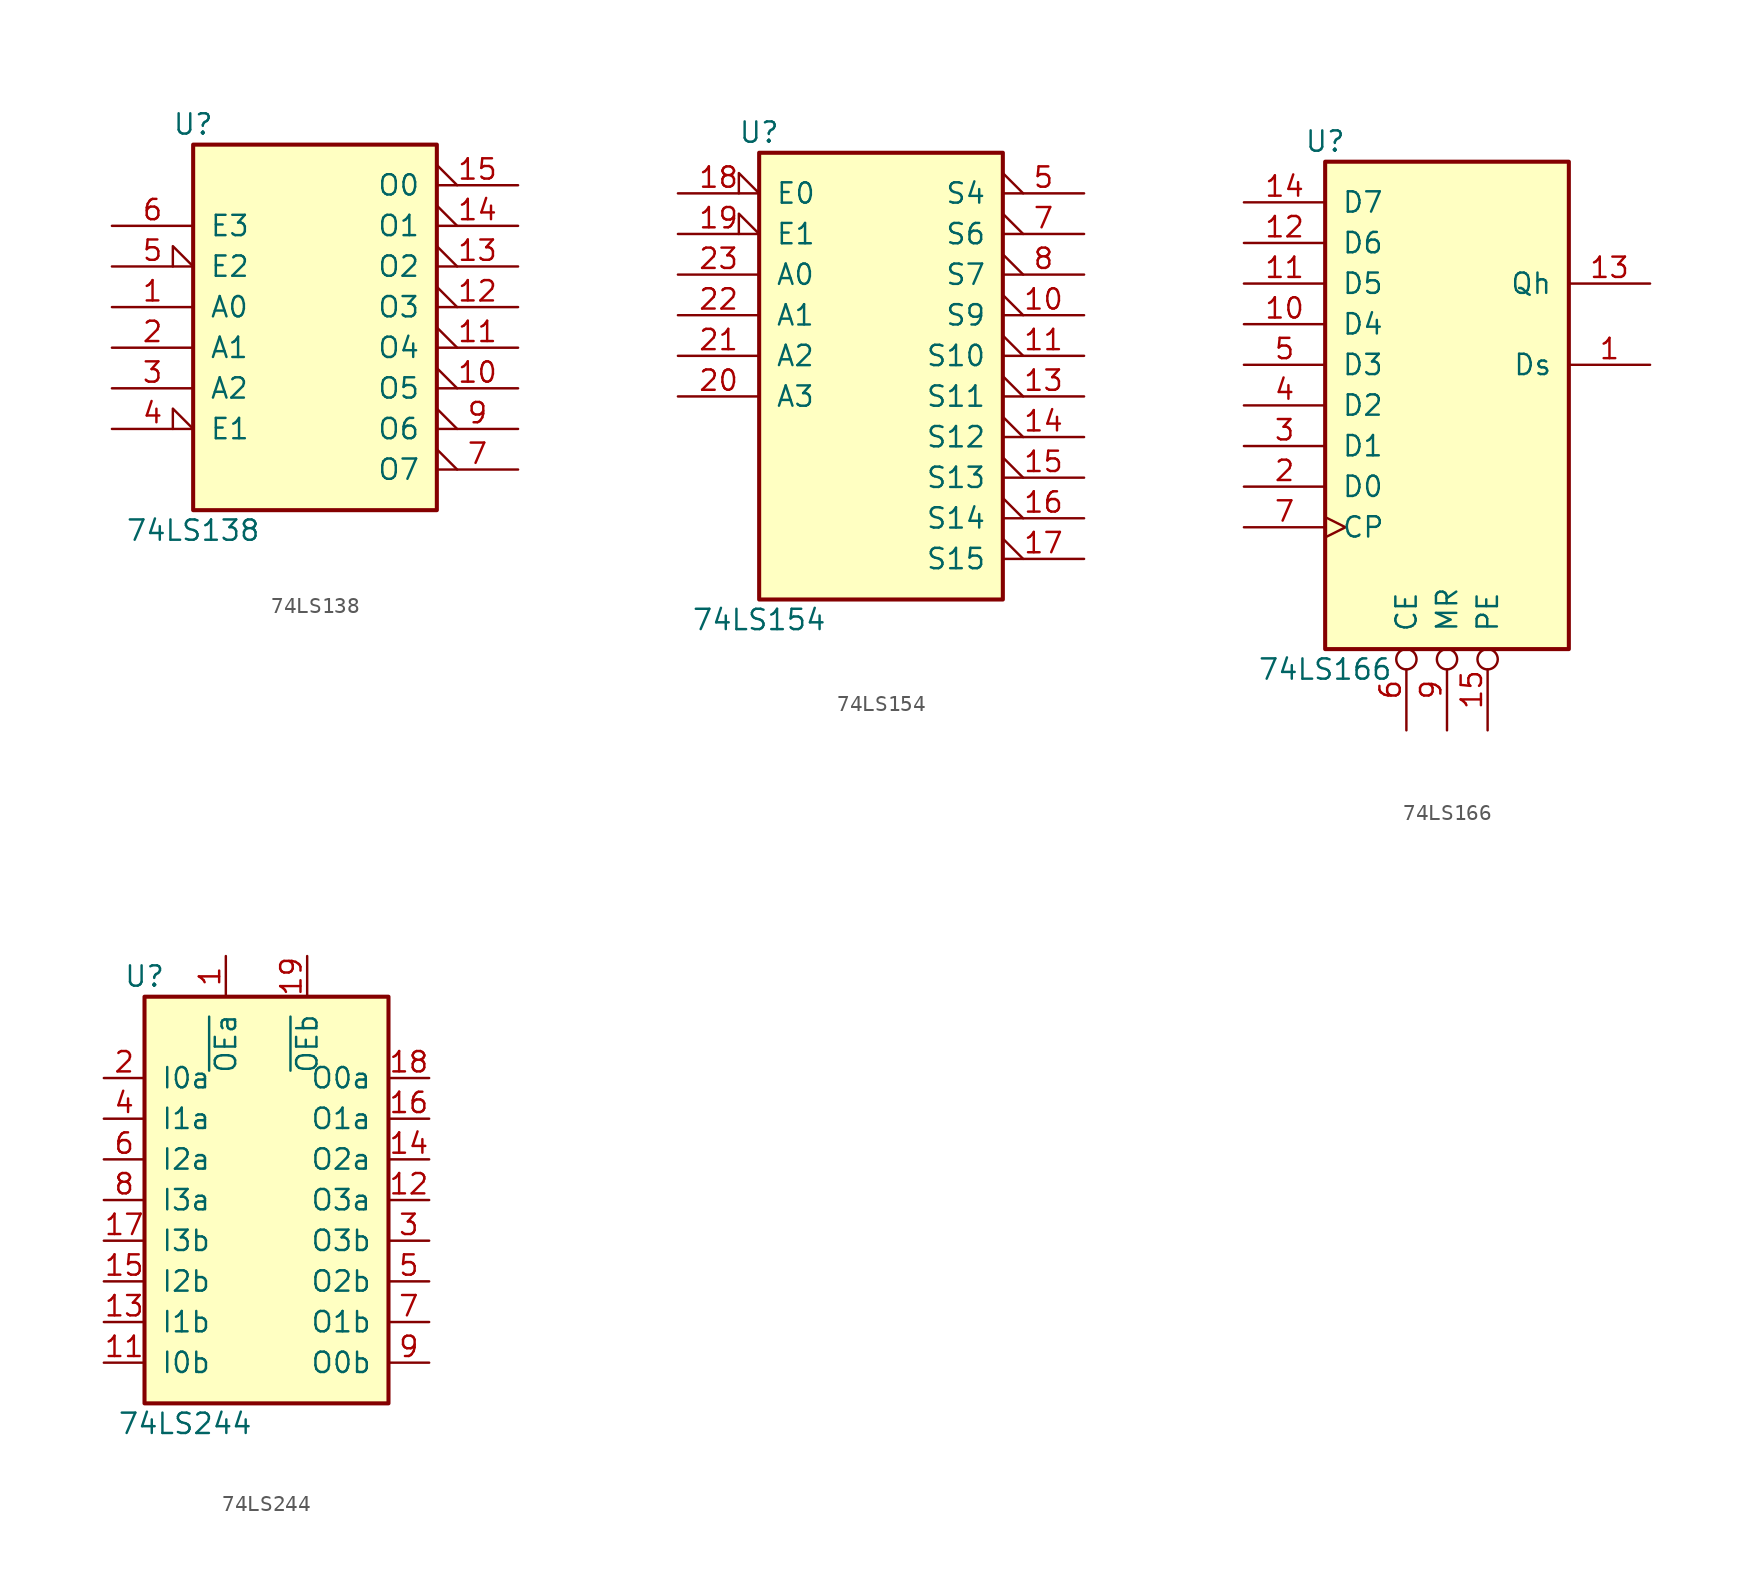
<source format=kicad_sym>
(kicad_symbol_lib
  (version 20220914)
  (generator kicad_symbol_editor)
  (symbol "74LS138"
    (pin_names
      (offset 1.016))
    (property "Reference" "U"
      (at -7.62 11.43 0)
      (effects (font (size 1.27 1.27))))
    (property "Value" "74LS138"
      (at -7.62 -13.97 0)
      (effects (font (size 1.27 1.27))))
    (property "ki_locked" ""
      (at 0 0 0)
      (effects (font (size 1.27 1.27))))
    (symbol "74LS138_1_0"
      (pin input line (at -12.7 0 0) (length 5.08) (name "A0" (effects (font (size 1.27 1.27)))) (number "1" (effects (font (size 1.27 1.27)))))
      (pin output output_low (at 12.7 -5.08 180) (length 5.08) (name "O5" (effects (font (size 1.27 1.27)))) (number "10" (effects (font (size 1.27 1.27)))))
      (pin output output_low (at 12.7 -2.54 180) (length 5.08) (name "O4" (effects (font (size 1.27 1.27)))) (number "11" (effects (font (size 1.27 1.27)))))
      (pin output output_low (at 12.7 0 180) (length 5.08) (name "O3" (effects (font (size 1.27 1.27)))) (number "12" (effects (font (size 1.27 1.27)))))
      (pin output output_low (at 12.7 2.54 180) (length 5.08) (name "O2" (effects (font (size 1.27 1.27)))) (number "13" (effects (font (size 1.27 1.27)))))
      (pin output output_low (at 12.7 5.08 180) (length 5.08) (name "O1" (effects (font (size 1.27 1.27)))) (number "14" (effects (font (size 1.27 1.27)))))
      (pin output output_low (at 12.7 7.62 180) (length 5.08) (name "O0" (effects (font (size 1.27 1.27)))) (number "15" (effects (font (size 1.27 1.27)))))
      (pin input line (at -12.7 -2.54 0) (length 5.08) (name "A1" (effects (font (size 1.27 1.27)))) (number "2" (effects (font (size 1.27 1.27)))))
      (pin input line (at -12.7 -5.08 0) (length 5.08) (name "A2" (effects (font (size 1.27 1.27)))) (number "3" (effects (font (size 1.27 1.27)))))
      (pin input input_low (at -12.7 -7.62 0) (length 5.08) (name "E1" (effects (font (size 1.27 1.27)))) (number "4" (effects (font (size 1.27 1.27)))))
      (pin input input_low (at -12.7 2.54 0) (length 5.08) (name "E2" (effects (font (size 1.27 1.27)))) (number "5" (effects (font (size 1.27 1.27)))))
      (pin input line (at -12.7 5.08 0) (length 5.08) (name "E3" (effects (font (size 1.27 1.27)))) (number "6" (effects (font (size 1.27 1.27)))))
      (pin output output_low (at 12.7 -10.16 180) (length 5.08) (name "O7" (effects (font (size 1.27 1.27)))) (number "7" (effects (font (size 1.27 1.27)))))
      (pin output output_low (at 12.7 -7.62 180) (length 5.08) (name "O6" (effects (font (size 1.27 1.27)))) (number "9" (effects (font (size 1.27 1.27))))))
    (symbol "74LS138_1_1"
      (rectangle (start -7.62 10.16) (end 7.62 -12.7) (stroke (width 0.254) (type solid)) (fill (type background)))))
  (symbol "74LS154"
    (pin_names
      (offset 1.016))
    (property "Reference" "U"
      (at -7.62 13.97 0)
      (effects (font (size 1.27 1.27))))
    (property "Value" "74LS154"
      (at -7.62 -16.51 0)
      (effects (font (size 1.27 1.27))))
    (property "ki_locked" ""
      (at 0 0 0)
      (effects (font (size 1.27 1.27))))
    (symbol "74LS154_1_0"
      (pin output output_low (at 12.7 2.54 180) (length 5.08) (name "S9" (effects (font (size 1.27 1.27)))) (number "10" (effects (font (size 1.27 1.27)))))
      (pin output output_low (at 12.7 0 180) (length 5.08) (name "S10" (effects (font (size 1.27 1.27)))) (number "11" (effects (font (size 1.27 1.27)))))
      (pin output output_low (at 12.7 -2.54 180) (length 5.08) (name "S11" (effects (font (size 1.27 1.27)))) (number "13" (effects (font (size 1.27 1.27)))))
      (pin output output_low (at 12.7 -5.08 180) (length 5.08) (name "S12" (effects (font (size 1.27 1.27)))) (number "14" (effects (font (size 1.27 1.27)))))
      (pin output output_low (at 12.7 -7.62 180) (length 5.08) (name "S13" (effects (font (size 1.27 1.27)))) (number "15" (effects (font (size 1.27 1.27)))))
      (pin output output_low (at 12.7 -10.16 180) (length 5.08) (name "S14" (effects (font (size 1.27 1.27)))) (number "16" (effects (font (size 1.27 1.27)))))
      (pin output output_low (at 12.7 -12.7 180) (length 5.08) (name "S15" (effects (font (size 1.27 1.27)))) (number "17" (effects (font (size 1.27 1.27)))))
      (pin input input_low (at -12.7 10.16 0) (length 5.08) (name "E0" (effects (font (size 1.27 1.27)))) (number "18" (effects (font (size 1.27 1.27)))))
      (pin input input_low (at -12.7 7.62 0) (length 5.08) (name "E1" (effects (font (size 1.27 1.27)))) (number "19" (effects (font (size 1.27 1.27)))))
      (pin input line (at -12.7 -2.54 0) (length 5.08) (name "A3" (effects (font (size 1.27 1.27)))) (number "20" (effects (font (size 1.27 1.27)))))
      (pin input line (at -12.7 0 0) (length 5.08) (name "A2" (effects (font (size 1.27 1.27)))) (number "21" (effects (font (size 1.27 1.27)))))
      (pin input line (at -12.7 2.54 0) (length 5.08) (name "A1" (effects (font (size 1.27 1.27)))) (number "22" (effects (font (size 1.27 1.27)))))
      (pin input line (at -12.7 5.08 0) (length 5.08) (name "A0" (effects (font (size 1.27 1.27)))) (number "23" (effects (font (size 1.27 1.27)))))
      (pin output output_low (at 12.7 10.16 180) (length 5.08) (name "S4" (effects (font (size 1.27 1.27)))) (number "5" (effects (font (size 1.27 1.27)))))
      (pin output output_low (at 12.7 7.62 180) (length 5.08) (name "S6" (effects (font (size 1.27 1.27)))) (number "7" (effects (font (size 1.27 1.27)))))
      (pin output output_low (at 12.7 5.08 180) (length 5.08) (name "S7" (effects (font (size 1.27 1.27)))) (number "8" (effects (font (size 1.27 1.27))))))
    (symbol "74LS154_1_1"
      (rectangle (start -7.62 12.7) (end 7.62 -15.24) (stroke (width 0.254) (type solid)) (fill (type background)))))
  (symbol "74LS166"
    (pin_names
      (offset 1.016))
    (property "Reference" "U"
      (at -7.62 16.51 0)
      (effects (font (size 1.27 1.27))))
    (property "Value" "74LS166"
      (at -7.62 -16.51 0)
      (effects (font (size 1.27 1.27))))
    (property "ki_locked" ""
      (at 0 0 0)
      (effects (font (size 1.27 1.27))))
    (symbol "74LS166_1_0"
      (pin input line (at 12.7 2.54 180) (length 5.08) (name "Ds" (effects (font (size 1.27 1.27)))) (number "1" (effects (font (size 1.27 1.27)))))
      (pin input line (at -12.7 5.08 0) (length 5.08) (name "D4" (effects (font (size 1.27 1.27)))) (number "10" (effects (font (size 1.27 1.27)))))
      (pin input line (at -12.7 7.62 0) (length 5.08) (name "D5" (effects (font (size 1.27 1.27)))) (number "11" (effects (font (size 1.27 1.27)))))
      (pin input line (at -12.7 10.16 0) (length 5.08) (name "D6" (effects (font (size 1.27 1.27)))) (number "12" (effects (font (size 1.27 1.27)))))
      (pin output line (at 12.7 7.62 180) (length 5.08) (name "Qh" (effects (font (size 1.27 1.27)))) (number "13" (effects (font (size 1.27 1.27)))))
      (pin input line (at -12.7 12.7 0) (length 5.08) (name "D7" (effects (font (size 1.27 1.27)))) (number "14" (effects (font (size 1.27 1.27)))))
      (pin input inverted (at 2.54 -20.32 90) (length 5.08) (name "PE" (effects (font (size 1.27 1.27)))) (number "15" (effects (font (size 1.27 1.27)))))
      (pin input line (at -12.7 -5.08 0) (length 5.08) (name "D0" (effects (font (size 1.27 1.27)))) (number "2" (effects (font (size 1.27 1.27)))))
      (pin input line (at -12.7 -2.54 0) (length 5.08) (name "D1" (effects (font (size 1.27 1.27)))) (number "3" (effects (font (size 1.27 1.27)))))
      (pin input line (at -12.7 0 0) (length 5.08) (name "D2" (effects (font (size 1.27 1.27)))) (number "4" (effects (font (size 1.27 1.27)))))
      (pin input line (at -12.7 2.54 0) (length 5.08) (name "D3" (effects (font (size 1.27 1.27)))) (number "5" (effects (font (size 1.27 1.27)))))
      (pin input inverted (at -2.54 -20.32 90) (length 5.08) (name "CE" (effects (font (size 1.27 1.27)))) (number "6" (effects (font (size 1.27 1.27)))))
      (pin input clock (at -12.7 -7.62 0) (length 5.08) (name "CP" (effects (font (size 1.27 1.27)))) (number "7" (effects (font (size 1.27 1.27)))))
      (pin input inverted (at 0 -20.32 90) (length 5.08) (name "MR" (effects (font (size 1.27 1.27)))) (number "9" (effects (font (size 1.27 1.27))))))
    (symbol "74LS166_1_1"
      (rectangle (start -7.62 15.24) (end 7.62 -15.24) (stroke (width 0.254) (type solid)) (fill (type background)))))
  (symbol "74LS244"
    (pin_names
      (offset 1.016))
    (property "Reference" "U"
      (at -7.62 13.97 0)
      (effects (font (size 1.27 1.27))))
    (property "Value" "74LS244"
      (at -5.08 -13.97 0)
      (effects (font (size 1.27 1.27))))
    (symbol "74LS244_1_0"
      (pin input line (at -2.54 15.24 270) (length 2.54) (name "~{OEa}" (effects (font (size 1.27 1.27)))) (number "1" (effects (font (size 1.27 1.27)))))
      (pin input line (at -10.16 -10.16 0) (length 2.54) (name "I0b" (effects (font (size 1.27 1.27)))) (number "11" (effects (font (size 1.27 1.27)))))
      (pin tri_state line (at 10.16 0 180) (length 2.54) (name "O3a" (effects (font (size 1.27 1.27)))) (number "12" (effects (font (size 1.27 1.27)))))
      (pin input line (at -10.16 -7.62 0) (length 2.54) (name "I1b" (effects (font (size 1.27 1.27)))) (number "13" (effects (font (size 1.27 1.27)))))
      (pin tri_state line (at 10.16 2.54 180) (length 2.54) (name "O2a" (effects (font (size 1.27 1.27)))) (number "14" (effects (font (size 1.27 1.27)))))
      (pin input line (at -10.16 -5.08 0) (length 2.54) (name "I2b" (effects (font (size 1.27 1.27)))) (number "15" (effects (font (size 1.27 1.27)))))
      (pin tri_state line (at 10.16 5.08 180) (length 2.54) (name "O1a" (effects (font (size 1.27 1.27)))) (number "16" (effects (font (size 1.27 1.27)))))
      (pin input line (at -10.16 -2.54 0) (length 2.54) (name "I3b" (effects (font (size 1.27 1.27)))) (number "17" (effects (font (size 1.27 1.27)))))
      (pin tri_state line (at 10.16 7.62 180) (length 2.54) (name "O0a" (effects (font (size 1.27 1.27)))) (number "18" (effects (font (size 1.27 1.27)))))
      (pin input line (at 2.54 15.24 270) (length 2.54) (name "~{OEb}" (effects (font (size 1.27 1.27)))) (number "19" (effects (font (size 1.27 1.27)))))
      (pin input line (at -10.16 7.62 0) (length 2.54) (name "I0a" (effects (font (size 1.27 1.27)))) (number "2" (effects (font (size 1.27 1.27)))))
      (pin tri_state line (at 10.16 -2.54 180) (length 2.54) (name "O3b" (effects (font (size 1.27 1.27)))) (number "3" (effects (font (size 1.27 1.27)))))
      (pin input line (at -10.16 5.08 0) (length 2.54) (name "I1a" (effects (font (size 1.27 1.27)))) (number "4" (effects (font (size 1.27 1.27)))))
      (pin tri_state line (at 10.16 -5.08 180) (length 2.54) (name "O2b" (effects (font (size 1.27 1.27)))) (number "5" (effects (font (size 1.27 1.27)))))
      (pin input line (at -10.16 2.54 0) (length 2.54) (name "I2a" (effects (font (size 1.27 1.27)))) (number "6" (effects (font (size 1.27 1.27)))))
      (pin tri_state line (at 10.16 -7.62 180) (length 2.54) (name "O1b" (effects (font (size 1.27 1.27)))) (number "7" (effects (font (size 1.27 1.27)))))
      (pin input line (at -10.16 0 0) (length 2.54) (name "I3a" (effects (font (size 1.27 1.27)))) (number "8" (effects (font (size 1.27 1.27)))))
      (pin tri_state line (at 10.16 -10.16 180) (length 2.54) (name "O0b" (effects (font (size 1.27 1.27)))) (number "9" (effects (font (size 1.27 1.27))))))
    (symbol "74LS244_1_1"
      (rectangle (start -7.62 12.7) (end 7.62 -12.7) (stroke (width 0.254) (type solid)) (fill (type background))))))
</source>
